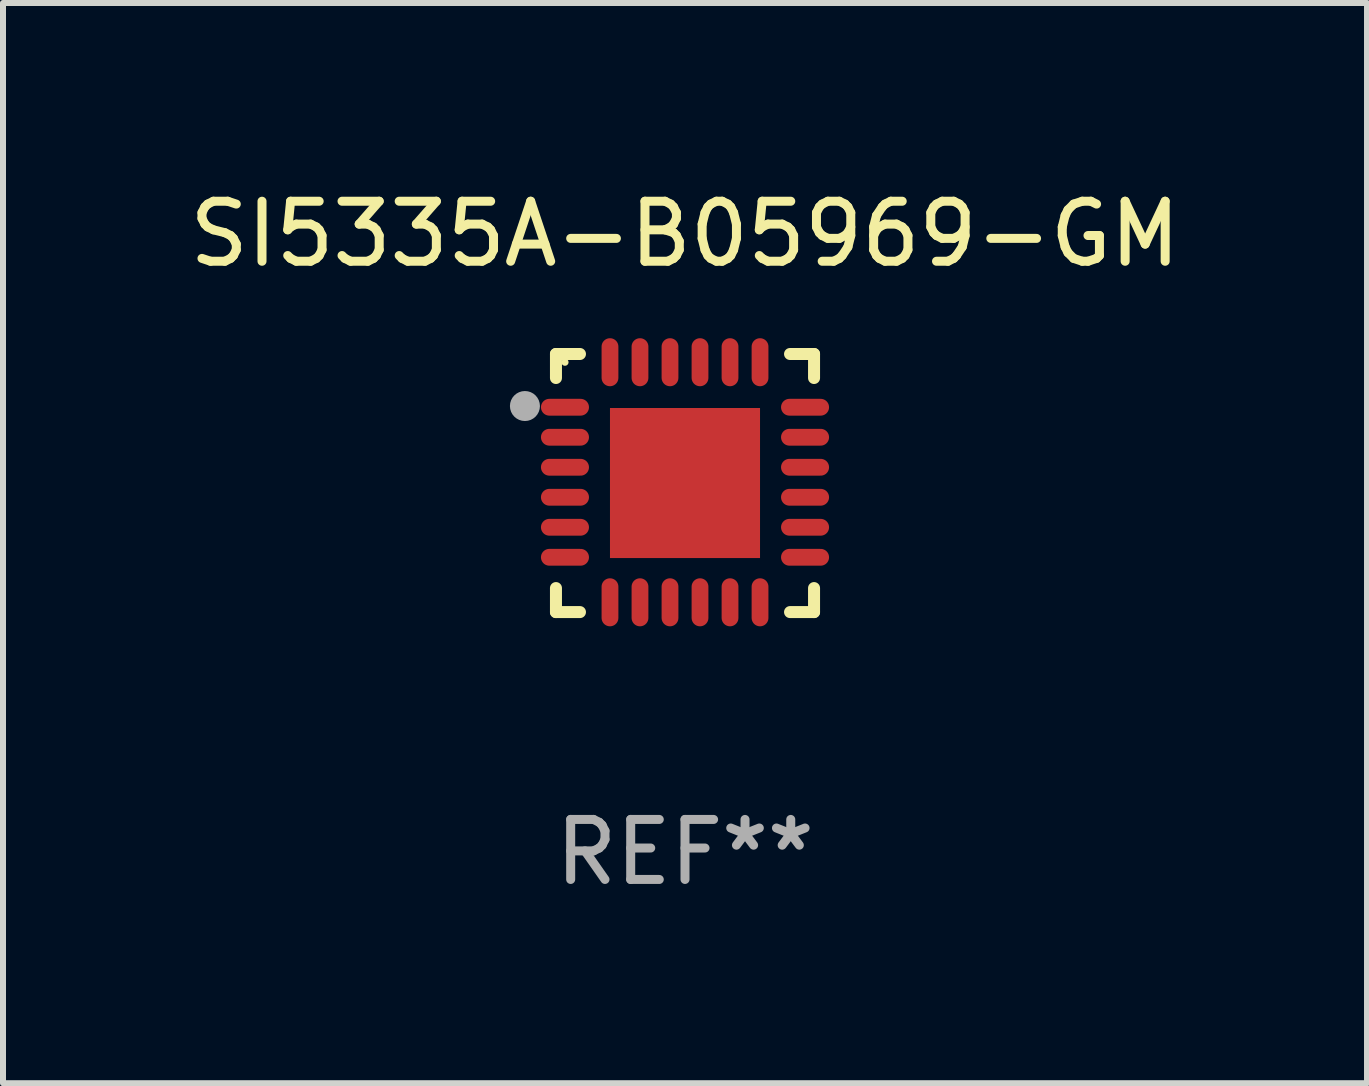
<source format=kicad_pcb>
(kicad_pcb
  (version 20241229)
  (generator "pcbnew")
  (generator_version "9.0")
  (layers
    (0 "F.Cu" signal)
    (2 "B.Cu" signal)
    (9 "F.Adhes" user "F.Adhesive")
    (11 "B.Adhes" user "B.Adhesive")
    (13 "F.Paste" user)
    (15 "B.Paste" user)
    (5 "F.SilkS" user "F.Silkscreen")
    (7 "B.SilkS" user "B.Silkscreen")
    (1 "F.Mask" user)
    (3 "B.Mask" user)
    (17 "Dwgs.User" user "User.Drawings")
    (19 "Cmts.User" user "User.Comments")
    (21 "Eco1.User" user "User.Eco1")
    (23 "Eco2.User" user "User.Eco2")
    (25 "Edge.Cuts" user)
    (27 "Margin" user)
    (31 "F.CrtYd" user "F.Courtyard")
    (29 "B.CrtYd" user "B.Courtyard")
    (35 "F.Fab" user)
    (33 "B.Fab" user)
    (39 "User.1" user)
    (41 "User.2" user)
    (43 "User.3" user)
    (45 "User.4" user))
  (footprint "SI5335A-B05969-GM"
    (layer "F.Cu")
    (at 8.363 4.998)
    (property "Reference" "SI5335A-B05969-GM" (at 0 -4.15 0) (layer "F.SilkS") (effects (font (size 1 1) (thickness 0.15))))
    (attr through_hole)
    (fp_line (start -2.15 -2.15) (end -1.75 -2.15) (stroke (width 0.2) (type solid)) (layer "F.SilkS"))
    (fp_line (start -2.15 -1.75) (end -2.15 -2.15) (stroke (width 0.2) (type solid)) (layer "F.SilkS"))
    (fp_line (start -2.15 2.15) (end -2.15 1.75) (stroke (width 0.2) (type solid)) (layer "F.SilkS"))
    (fp_line (start -1.75 2.15) (end -2.15 2.15) (stroke (width 0.2) (type solid)) (layer "F.SilkS"))
    (fp_line (start 1.75 -2.15) (end 2.15 -2.15) (stroke (width 0.2) (type solid)) (layer "F.SilkS"))
    (fp_line (start 1.75 2.15) (end 2.15 2.15) (stroke (width 0.2) (type solid)) (layer "F.SilkS"))
    (fp_line (start 2.15 -2.15) (end 2.15 -1.75) (stroke (width 0.2) (type solid)) (layer "F.SilkS"))
    (fp_line (start 2.15 2.15) (end 2.15 1.75) (stroke (width 0.2) (type solid)) (layer "F.SilkS"))
    (fp_circle (center -2 -2.013) (end -1.97 -2.013) (stroke (width 0.06) (type solid)) (fill no) (layer "F.SilkS"))
    (fp_circle (center -2.667 -1.283) (end -2.542 -1.283) (stroke (width 0.25) (type solid)) (fill no) (layer "F.Fab"))
    (fp_text user "REF**" (at 0 6.15 0) (layer "F.Fab") (effects (font (size 1 1) (thickness 0.15))))
    (pad "1" smd oval (at -2 -1.263) (size 0.8 0.28) (layers "F.Cu" "F.Mask" "F.Paste"))
    (pad "2" smd oval (at -2 -0.763) (size 0.8 0.28) (layers "F.Cu" "F.Mask" "F.Paste"))
    (pad "3" smd oval (at -2 -0.263) (size 0.8 0.28) (layers "F.Cu" "F.Mask" "F.Paste"))
    (pad "4" smd oval (at -2 0.237) (size 0.8 0.28) (layers "F.Cu" "F.Mask" "F.Paste"))
    (pad "5" smd oval (at -2 0.737) (size 0.8 0.28) (layers "F.Cu" "F.Mask" "F.Paste"))
    (pad "6" smd oval (at -2 1.237) (size 0.8 0.28) (layers "F.Cu" "F.Mask" "F.Paste"))
    (pad "7" smd oval (at -1.25 1.987) (size 0.28 0.8) (layers "F.Cu" "F.Mask" "F.Paste"))
    (pad "8" smd oval (at -0.75 1.987) (size 0.28 0.8) (layers "F.Cu" "F.Mask" "F.Paste"))
    (pad "9" smd oval (at -0.25 1.987) (size 0.28 0.8) (layers "F.Cu" "F.Mask" "F.Paste"))
    (pad "10" smd oval (at 0.25 1.987) (size 0.28 0.8) (layers "F.Cu" "F.Mask" "F.Paste"))
    (pad "11" smd oval (at 0.75 1.987) (size 0.28 0.8) (layers "F.Cu" "F.Mask" "F.Paste"))
    (pad "12" smd oval (at 1.25 1.987) (size 0.28 0.8) (layers "F.Cu" "F.Mask" "F.Paste"))
    (pad "13" smd oval (at 2 1.237) (size 0.8 0.28) (layers "F.Cu" "F.Mask" "F.Paste"))
    (pad "14" smd oval (at 2 0.737) (size 0.8 0.28) (layers "F.Cu" "F.Mask" "F.Paste"))
    (pad "15" smd oval (at 2 0.237) (size 0.8 0.28) (layers "F.Cu" "F.Mask" "F.Paste"))
    (pad "16" smd oval (at 2 -0.263) (size 0.8 0.28) (layers "F.Cu" "F.Mask" "F.Paste"))
    (pad "17" smd oval (at 2 -0.763) (size 0.8 0.28) (layers "F.Cu" "F.Mask" "F.Paste"))
    (pad "18" smd oval (at 2 -1.263) (size 0.8 0.28) (layers "F.Cu" "F.Mask" "F.Paste"))
    (pad "19" smd oval (at 1.25 -2.013) (size 0.28 0.8) (layers "F.Cu" "F.Mask" "F.Paste"))
    (pad "20" smd oval (at 0.75 -2.013) (size 0.28 0.8) (layers "F.Cu" "F.Mask" "F.Paste"))
    (pad "21" smd oval (at 0.25 -2.013) (size 0.28 0.8) (layers "F.Cu" "F.Mask" "F.Paste"))
    (pad "22" smd oval (at -0.25 -2.013) (size 0.28 0.8) (layers "F.Cu" "F.Mask" "F.Paste"))
    (pad "23" smd oval (at -0.75 -2.013) (size 0.28 0.8) (layers "F.Cu" "F.Mask" "F.Paste"))
    (pad "24" smd oval (at -1.25 -2.013) (size 0.28 0.8) (layers "F.Cu" "F.Mask" "F.Paste"))
    (pad "25" smd rect (at -0.000127 -0.00014) (size 2.5 2.5) (layers "F.Cu" "F.Mask" "F.Paste")))
  (gr_rect
    (start -3 -3)
    (end 19.726 14.997)
    (stroke (width 0.1) (type default))
    (fill no)
    (layer "Edge.Cuts")))
</source>
